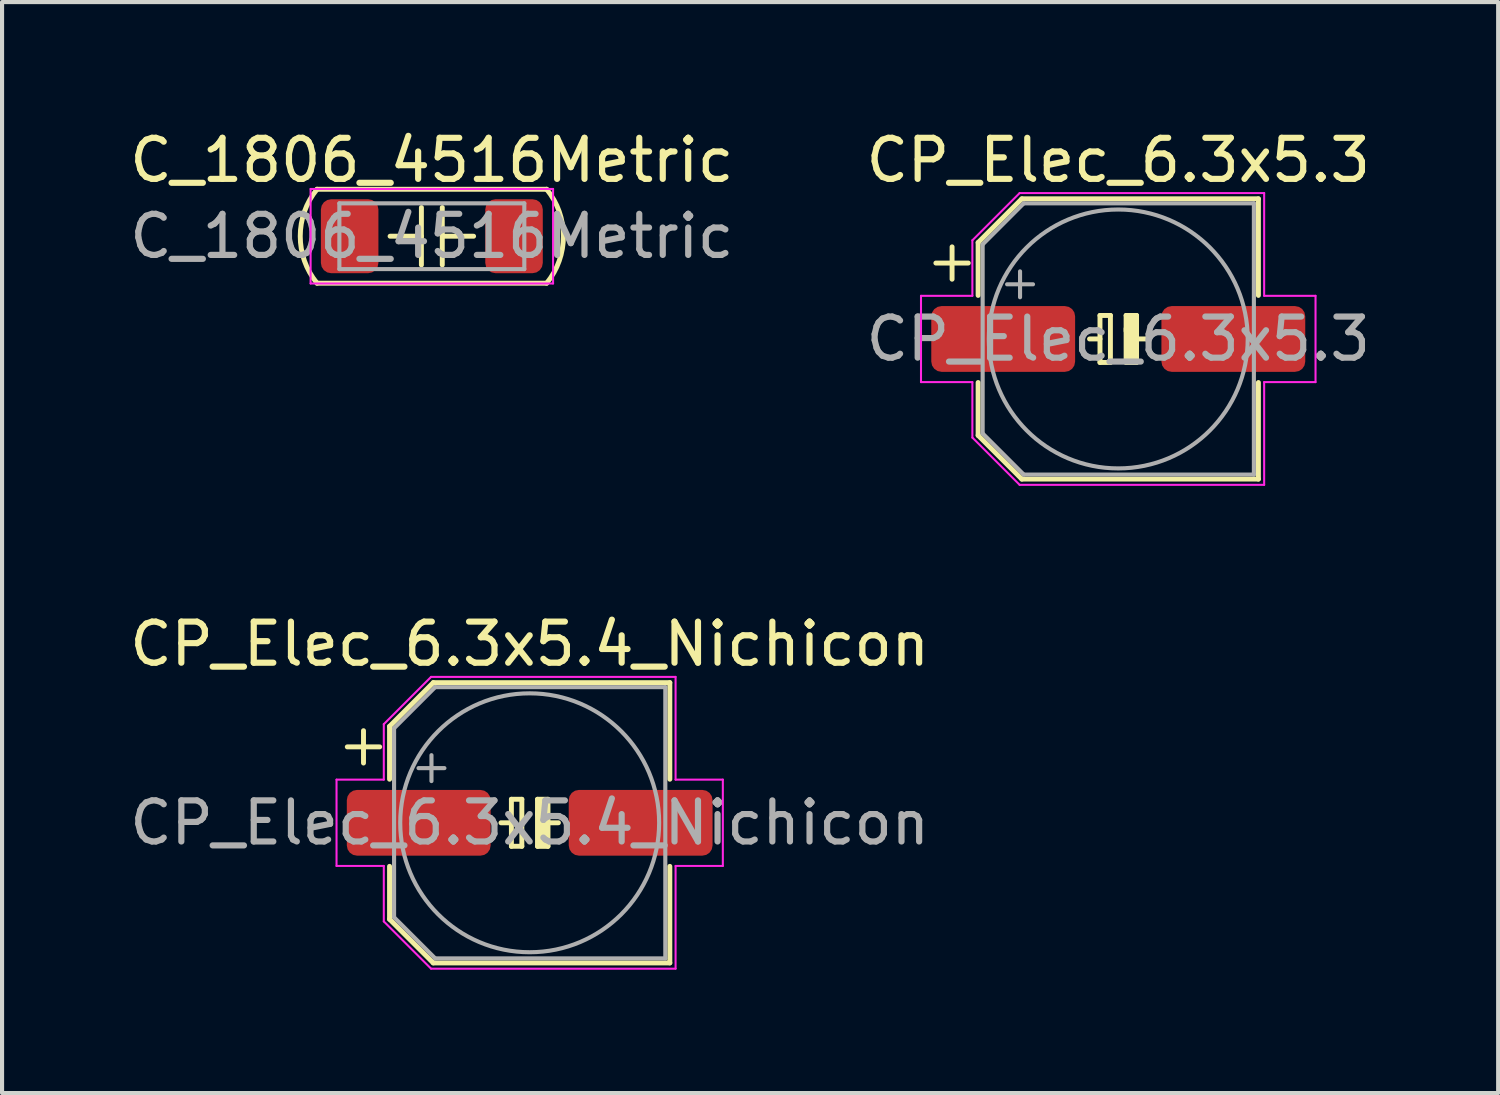
<source format=kicad_pcb>
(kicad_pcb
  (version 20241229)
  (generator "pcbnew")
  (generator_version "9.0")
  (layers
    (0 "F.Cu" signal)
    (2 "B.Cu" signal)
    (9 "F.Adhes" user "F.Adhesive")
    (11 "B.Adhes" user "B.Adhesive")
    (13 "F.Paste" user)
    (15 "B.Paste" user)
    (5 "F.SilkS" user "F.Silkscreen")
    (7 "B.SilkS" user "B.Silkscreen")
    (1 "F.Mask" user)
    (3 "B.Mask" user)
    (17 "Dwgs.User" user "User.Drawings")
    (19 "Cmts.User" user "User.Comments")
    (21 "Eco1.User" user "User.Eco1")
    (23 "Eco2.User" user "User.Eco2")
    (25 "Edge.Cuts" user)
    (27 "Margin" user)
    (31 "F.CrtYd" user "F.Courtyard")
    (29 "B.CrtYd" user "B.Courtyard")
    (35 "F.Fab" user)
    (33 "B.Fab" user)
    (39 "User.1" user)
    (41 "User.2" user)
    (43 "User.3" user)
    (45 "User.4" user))
  (footprint "C_1806_4516Metric"
    (layer "F.Cu")
    (at 7.458 2.698)
    (property "Reference" "C_1806_4516Metric" (at 0 -1.85 0) (layer "F.SilkS") (effects (font (size 1 1) (thickness 0.15))))
    (attr smd)
    (fp_line (start -2.794 1.143) (end 2.794 1.143) (stroke (width 0.12) (type solid)) (layer "F.SilkS"))
    (fp_line (start -1.016 0) (end -0.254 0) (stroke (width 0.12) (type solid)) (layer "F.SilkS"))
    (fp_line (start -0.254 -0.699) (end -0.254 0.699) (stroke (width 0.12) (type solid)) (layer "F.SilkS"))
    (fp_line (start 0.254 -0.699) (end 0.254 0.699) (stroke (width 0.12) (type solid)) (layer "F.SilkS"))
    (fp_line (start 0.254 0) (end 1.016 0) (stroke (width 0.12) (type solid)) (layer "F.SilkS"))
    (fp_line (start 2.794 -1.143) (end -2.794 -1.143) (stroke (width 0.12) (type solid)) (layer "F.SilkS"))
    (fp_arc (start -2.794 1.143) (mid -3.202009 0) (end -2.794 -1.143) (stroke (width 0.12) (type solid)) (layer "F.SilkS"))
    (fp_arc (start 2.794 -1.143) (mid 3.202009 0) (end 2.794 1.143) (stroke (width 0.12) (type solid)) (layer "F.SilkS"))
    (fp_line (start -2.95 -1.15) (end 2.95 -1.15) (stroke (width 0.05) (type solid)) (layer "F.CrtYd"))
    (fp_line (start -2.95 1.15) (end -2.95 -1.15) (stroke (width 0.05) (type solid)) (layer "F.CrtYd"))
    (fp_line (start 2.95 -1.15) (end 2.95 1.15) (stroke (width 0.05) (type solid)) (layer "F.CrtYd"))
    (fp_line (start 2.95 1.15) (end -2.95 1.15) (stroke (width 0.05) (type solid)) (layer "F.CrtYd"))
    (fp_line (start -2.25 -0.8) (end 2.25 -0.8) (stroke (width 0.1) (type solid)) (layer "F.Fab"))
    (fp_line (start -2.25 0.8) (end -2.25 -0.8) (stroke (width 0.1) (type solid)) (layer "F.Fab"))
    (fp_line (start 2.25 -0.8) (end 2.25 0.8) (stroke (width 0.1) (type solid)) (layer "F.Fab"))
    (fp_line (start 2.25 0.8) (end -2.25 0.8) (stroke (width 0.1) (type solid)) (layer "F.Fab"))
    (fp_text user "${REFERENCE}" (at 0 0 0) (layer "F.Fab") (effects (font (size 1 1) (thickness 0.15))))
    (pad "1" smd roundrect (at -2 0) (size 1.4 1.8) (layers "F.Cu" "F.Mask" "F.Paste") (roundrect_rratio 0.179))
    (pad "2" smd roundrect (at 2 0) (size 1.4 1.8) (layers "F.Cu" "F.Mask" "F.Paste") (roundrect_rratio 0.179)))
  (footprint "CP_Elec_6.3x5.3"
    (layer "F.Cu")
    (at 24.161 5.198)
    (property "Reference" "CP_Elec_6.3x5.3" (at 0 -4.35 0) (layer "F.SilkS") (effects (font (size 1 1) (thickness 0.15))))
    (attr smd)
    (fp_line (start -4.438 -1.847) (end -3.65 -1.847) (stroke (width 0.12) (type solid)) (layer "F.SilkS"))
    (fp_line (start -4.044 -2.241) (end -4.044 -1.454) (stroke (width 0.12) (type solid)) (layer "F.SilkS"))
    (fp_line (start -3.41 -2.346) (end -3.41 -1.06) (stroke (width 0.12) (type solid)) (layer "F.SilkS"))
    (fp_line (start -3.41 -2.346) (end -2.346 -3.41) (stroke (width 0.12) (type solid)) (layer "F.SilkS"))
    (fp_line (start -3.41 2.346) (end -3.41 1.06) (stroke (width 0.12) (type solid)) (layer "F.SilkS"))
    (fp_line (start -3.41 2.346) (end -2.346 3.41) (stroke (width 0.12) (type solid)) (layer "F.SilkS"))
    (fp_line (start -2.346 -3.41) (end 3.41 -3.41) (stroke (width 0.12) (type solid)) (layer "F.SilkS"))
    (fp_line (start -2.346 3.41) (end 3.41 3.41) (stroke (width 0.12) (type solid)) (layer "F.SilkS"))
    (fp_line (start -0.445 -0.572) (end -0.191 -0.572) (stroke (width 0.12) (type solid)) (layer "F.SilkS"))
    (fp_line (start -0.445 0) (end -0.699 0) (stroke (width 0.12) (type solid)) (layer "F.SilkS"))
    (fp_line (start -0.445 0.572) (end -0.445 -0.572) (stroke (width 0.12) (type solid)) (layer "F.SilkS"))
    (fp_line (start -0.191 -0.572) (end -0.191 0.572) (stroke (width 0.12) (type solid)) (layer "F.SilkS"))
    (fp_line (start -0.191 0.572) (end -0.445 0.572) (stroke (width 0.12) (type solid)) (layer "F.SilkS"))
    (fp_line (start 0.191 -0.572) (end 0.191 -0.191) (stroke (width 0.12) (type solid)) (layer "F.SilkS"))
    (fp_line (start 0.191 -0.572) (end 0.445 -0.572) (stroke (width 0.12) (type solid)) (layer "F.SilkS"))
    (fp_line (start 0.191 -0.254) (end 0.191 0.572) (stroke (width 0.12) (type solid)) (layer "F.SilkS"))
    (fp_line (start 0.445 0) (end 0.699 0) (stroke (width 0.12) (type solid)) (layer "F.SilkS"))
    (fp_line (start 0.445 0.572) (end 0.191 0.572) (stroke (width 0.12) (type solid)) (layer "F.SilkS"))
    (fp_line (start 0.445 0.572) (end 0.445 -0.572) (stroke (width 0.12) (type solid)) (layer "F.SilkS"))
    (fp_line (start 3.41 -3.41) (end 3.41 -1.06) (stroke (width 0.12) (type solid)) (layer "F.SilkS"))
    (fp_line (start 3.41 3.41) (end 3.41 1.06) (stroke (width 0.12) (type solid)) (layer "F.SilkS"))
    (fp_poly (pts (xy 0.445 0.572) (xy 0.191 0.572) (xy 0.191 -0.572) (xy 0.445 -0.572)) (stroke (width 0.1) (type solid)) (fill yes) (layer "F.SilkS"))
    (fp_line (start -4.8 -1.05) (end -4.8 1.05) (stroke (width 0.05) (type solid)) (layer "F.CrtYd"))
    (fp_line (start -4.8 1.05) (end -3.55 1.05) (stroke (width 0.05) (type solid)) (layer "F.CrtYd"))
    (fp_line (start -3.55 -2.4) (end -3.55 -1.05) (stroke (width 0.05) (type solid)) (layer "F.CrtYd"))
    (fp_line (start -3.55 -2.4) (end -2.4 -3.55) (stroke (width 0.05) (type solid)) (layer "F.CrtYd"))
    (fp_line (start -3.55 -1.05) (end -4.8 -1.05) (stroke (width 0.05) (type solid)) (layer "F.CrtYd"))
    (fp_line (start -3.55 1.05) (end -3.55 2.4) (stroke (width 0.05) (type solid)) (layer "F.CrtYd"))
    (fp_line (start -3.55 2.4) (end -2.4 3.55) (stroke (width 0.05) (type solid)) (layer "F.CrtYd"))
    (fp_line (start -2.4 -3.55) (end 3.55 -3.55) (stroke (width 0.05) (type solid)) (layer "F.CrtYd"))
    (fp_line (start -2.4 3.55) (end 3.55 3.55) (stroke (width 0.05) (type solid)) (layer "F.CrtYd"))
    (fp_line (start 3.55 -3.55) (end 3.55 -1.05) (stroke (width 0.05) (type solid)) (layer "F.CrtYd"))
    (fp_line (start 3.55 -1.05) (end 4.8 -1.05) (stroke (width 0.05) (type solid)) (layer "F.CrtYd"))
    (fp_line (start 3.55 1.05) (end 3.55 3.55) (stroke (width 0.05) (type solid)) (layer "F.CrtYd"))
    (fp_line (start 4.8 -1.05) (end 4.8 1.05) (stroke (width 0.05) (type solid)) (layer "F.CrtYd"))
    (fp_line (start 4.8 1.05) (end 3.55 1.05) (stroke (width 0.05) (type solid)) (layer "F.CrtYd"))
    (fp_line (start -3.3 -2.3) (end -3.3 2.3) (stroke (width 0.1) (type solid)) (layer "F.Fab"))
    (fp_line (start -3.3 -2.3) (end -2.3 -3.3) (stroke (width 0.1) (type solid)) (layer "F.Fab"))
    (fp_line (start -3.3 2.3) (end -2.3 3.3) (stroke (width 0.1) (type solid)) (layer "F.Fab"))
    (fp_line (start -2.705 -1.33) (end -2.075 -1.33) (stroke (width 0.1) (type solid)) (layer "F.Fab"))
    (fp_line (start -2.39 -1.645) (end -2.39 -1.015) (stroke (width 0.1) (type solid)) (layer "F.Fab"))
    (fp_line (start -2.3 -3.3) (end 3.3 -3.3) (stroke (width 0.1) (type solid)) (layer "F.Fab"))
    (fp_line (start -2.3 3.3) (end 3.3 3.3) (stroke (width 0.1) (type solid)) (layer "F.Fab"))
    (fp_line (start 3.3 -3.3) (end 3.3 3.3) (stroke (width 0.1) (type solid)) (layer "F.Fab"))
    (fp_circle (center 0 0) (end 3.15 0) (stroke (width 0.1) (type solid)) (fill no) (layer "F.Fab"))
    (fp_text user "${REFERENCE}" (at 0 0 0) (layer "F.Fab") (effects (font (size 1 1) (thickness 0.15))))
    (pad "1" smd roundrect (at -2.8 0) (size 3.5 1.6) (layers "F.Cu" "F.Mask" "F.Paste") (roundrect_rratio 0.156))
    (pad "2" smd roundrect (at 2.8 0) (size 3.5 1.6) (layers "F.Cu" "F.Mask" "F.Paste") (roundrect_rratio 0.156)))
  (footprint "CP_Elec_6.3x5.4_Nichicon"
    (layer "F.Cu")
    (at 9.839 16.971)
    (property "Reference" "CP_Elec_6.3x5.4_Nichicon" (at 0 -4.35 0) (layer "F.SilkS") (effects (font (size 1 1) (thickness 0.15))))
    (attr smd)
    (fp_line (start -4.438 -1.847) (end -3.65 -1.847) (stroke (width 0.12) (type solid)) (layer "F.SilkS"))
    (fp_line (start -4.044 -2.241) (end -4.044 -1.454) (stroke (width 0.12) (type solid)) (layer "F.SilkS"))
    (fp_line (start -3.41 -2.346) (end -3.41 -1.06) (stroke (width 0.12) (type solid)) (layer "F.SilkS"))
    (fp_line (start -3.41 -2.346) (end -2.346 -3.41) (stroke (width 0.12) (type solid)) (layer "F.SilkS"))
    (fp_line (start -3.41 2.346) (end -3.41 1.06) (stroke (width 0.12) (type solid)) (layer "F.SilkS"))
    (fp_line (start -3.41 2.346) (end -2.346 3.41) (stroke (width 0.12) (type solid)) (layer "F.SilkS"))
    (fp_line (start -2.346 -3.41) (end 3.41 -3.41) (stroke (width 0.12) (type solid)) (layer "F.SilkS"))
    (fp_line (start -2.346 3.41) (end 3.41 3.41) (stroke (width 0.12) (type solid)) (layer "F.SilkS"))
    (fp_line (start -0.445 -0.572) (end -0.191 -0.572) (stroke (width 0.12) (type solid)) (layer "F.SilkS"))
    (fp_line (start -0.445 0) (end -0.699 0) (stroke (width 0.12) (type solid)) (layer "F.SilkS"))
    (fp_line (start -0.445 0.572) (end -0.445 -0.572) (stroke (width 0.12) (type solid)) (layer "F.SilkS"))
    (fp_line (start -0.191 -0.572) (end -0.191 0.572) (stroke (width 0.12) (type solid)) (layer "F.SilkS"))
    (fp_line (start -0.191 0.572) (end -0.445 0.572) (stroke (width 0.12) (type solid)) (layer "F.SilkS"))
    (fp_line (start 0.191 -0.572) (end 0.191 -0.191) (stroke (width 0.12) (type solid)) (layer "F.SilkS"))
    (fp_line (start 0.191 -0.572) (end 0.445 -0.572) (stroke (width 0.12) (type solid)) (layer "F.SilkS"))
    (fp_line (start 0.191 -0.254) (end 0.191 0.572) (stroke (width 0.12) (type solid)) (layer "F.SilkS"))
    (fp_line (start 0.445 0) (end 0.699 0) (stroke (width 0.12) (type solid)) (layer "F.SilkS"))
    (fp_line (start 0.445 0.572) (end 0.191 0.572) (stroke (width 0.12) (type solid)) (layer "F.SilkS"))
    (fp_line (start 0.445 0.572) (end 0.445 -0.572) (stroke (width 0.12) (type solid)) (layer "F.SilkS"))
    (fp_line (start 3.41 -3.41) (end 3.41 -1.06) (stroke (width 0.12) (type solid)) (layer "F.SilkS"))
    (fp_line (start 3.41 3.41) (end 3.41 1.06) (stroke (width 0.12) (type solid)) (layer "F.SilkS"))
    (fp_poly (pts (xy 0.445 0.572) (xy 0.191 0.572) (xy 0.191 -0.572) (xy 0.445 -0.572)) (stroke (width 0.1) (type solid)) (fill yes) (layer "F.SilkS"))
    (fp_line (start -4.7 -1.05) (end -4.7 1.05) (stroke (width 0.05) (type solid)) (layer "F.CrtYd"))
    (fp_line (start -4.7 1.05) (end -3.55 1.05) (stroke (width 0.05) (type solid)) (layer "F.CrtYd"))
    (fp_line (start -3.55 -2.4) (end -3.55 -1.05) (stroke (width 0.05) (type solid)) (layer "F.CrtYd"))
    (fp_line (start -3.55 -2.4) (end -2.4 -3.55) (stroke (width 0.05) (type solid)) (layer "F.CrtYd"))
    (fp_line (start -3.55 -1.05) (end -4.7 -1.05) (stroke (width 0.05) (type solid)) (layer "F.CrtYd"))
    (fp_line (start -3.55 1.05) (end -3.55 2.4) (stroke (width 0.05) (type solid)) (layer "F.CrtYd"))
    (fp_line (start -3.55 2.4) (end -2.4 3.55) (stroke (width 0.05) (type solid)) (layer "F.CrtYd"))
    (fp_line (start -2.4 -3.55) (end 3.55 -3.55) (stroke (width 0.05) (type solid)) (layer "F.CrtYd"))
    (fp_line (start -2.4 3.55) (end 3.55 3.55) (stroke (width 0.05) (type solid)) (layer "F.CrtYd"))
    (fp_line (start 3.55 -3.55) (end 3.55 -1.05) (stroke (width 0.05) (type solid)) (layer "F.CrtYd"))
    (fp_line (start 3.55 -1.05) (end 4.7 -1.05) (stroke (width 0.05) (type solid)) (layer "F.CrtYd"))
    (fp_line (start 3.55 1.05) (end 3.55 3.55) (stroke (width 0.05) (type solid)) (layer "F.CrtYd"))
    (fp_line (start 4.7 -1.05) (end 4.7 1.05) (stroke (width 0.05) (type solid)) (layer "F.CrtYd"))
    (fp_line (start 4.7 1.05) (end 3.55 1.05) (stroke (width 0.05) (type solid)) (layer "F.CrtYd"))
    (fp_line (start -3.3 -2.3) (end -3.3 2.3) (stroke (width 0.1) (type solid)) (layer "F.Fab"))
    (fp_line (start -3.3 -2.3) (end -2.3 -3.3) (stroke (width 0.1) (type solid)) (layer "F.Fab"))
    (fp_line (start -3.3 2.3) (end -2.3 3.3) (stroke (width 0.1) (type solid)) (layer "F.Fab"))
    (fp_line (start -2.705 -1.33) (end -2.075 -1.33) (stroke (width 0.1) (type solid)) (layer "F.Fab"))
    (fp_line (start -2.39 -1.645) (end -2.39 -1.015) (stroke (width 0.1) (type solid)) (layer "F.Fab"))
    (fp_line (start -2.3 -3.3) (end 3.3 -3.3) (stroke (width 0.1) (type solid)) (layer "F.Fab"))
    (fp_line (start -2.3 3.3) (end 3.3 3.3) (stroke (width 0.1) (type solid)) (layer "F.Fab"))
    (fp_line (start 3.3 -3.3) (end 3.3 3.3) (stroke (width 0.1) (type solid)) (layer "F.Fab"))
    (fp_circle (center 0 0) (end 3.15 0) (stroke (width 0.1) (type solid)) (fill no) (layer "F.Fab"))
    (fp_text user "${REFERENCE}" (at 0 0 0) (layer "F.Fab") (effects (font (size 1 1) (thickness 0.15))))
    (pad "1" smd roundrect (at -2.7 0) (size 3.5 1.6) (layers "F.Cu" "F.Mask" "F.Paste") (roundrect_rratio 0.156))
    (pad "2" smd roundrect (at 2.7 0) (size 3.5 1.6) (layers "F.Cu" "F.Mask" "F.Paste") (roundrect_rratio 0.156)))
  (gr_rect
    (start -3 -3)
    (end 33.405 23.547)
    (stroke (width 0.1) (type default))
    (fill no)
    (layer "Edge.Cuts")))
</source>
